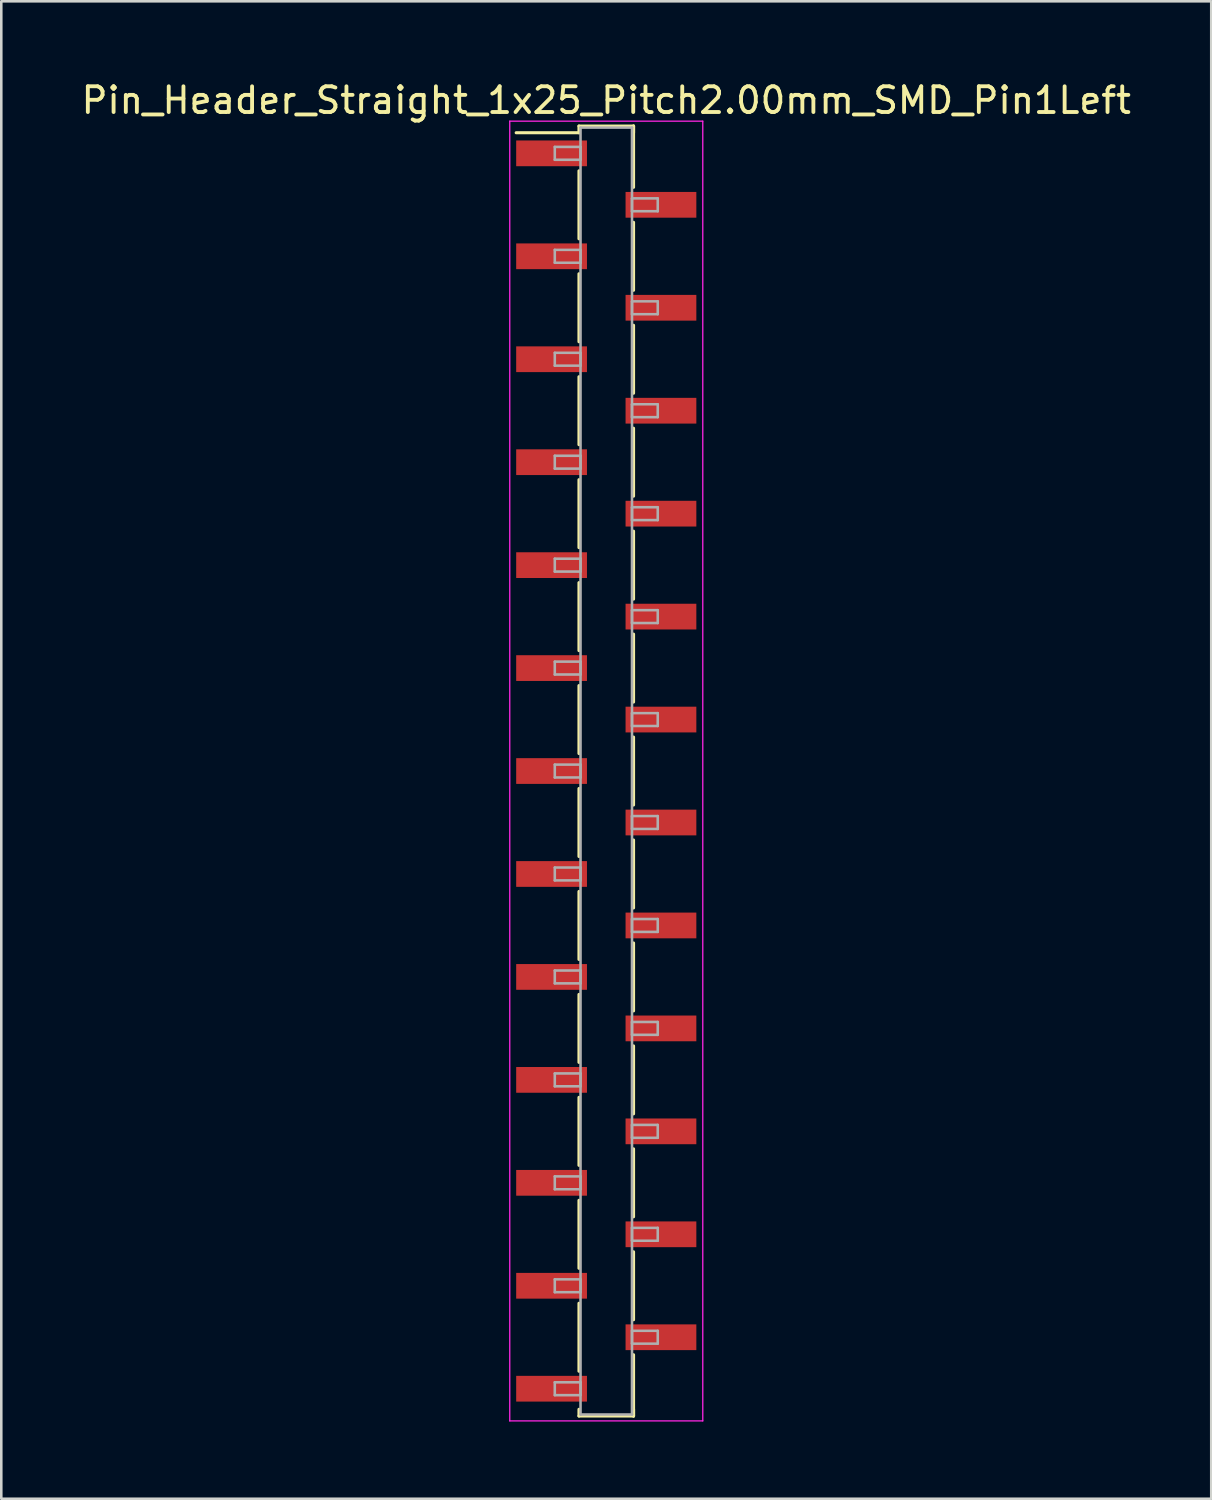
<source format=kicad_pcb>
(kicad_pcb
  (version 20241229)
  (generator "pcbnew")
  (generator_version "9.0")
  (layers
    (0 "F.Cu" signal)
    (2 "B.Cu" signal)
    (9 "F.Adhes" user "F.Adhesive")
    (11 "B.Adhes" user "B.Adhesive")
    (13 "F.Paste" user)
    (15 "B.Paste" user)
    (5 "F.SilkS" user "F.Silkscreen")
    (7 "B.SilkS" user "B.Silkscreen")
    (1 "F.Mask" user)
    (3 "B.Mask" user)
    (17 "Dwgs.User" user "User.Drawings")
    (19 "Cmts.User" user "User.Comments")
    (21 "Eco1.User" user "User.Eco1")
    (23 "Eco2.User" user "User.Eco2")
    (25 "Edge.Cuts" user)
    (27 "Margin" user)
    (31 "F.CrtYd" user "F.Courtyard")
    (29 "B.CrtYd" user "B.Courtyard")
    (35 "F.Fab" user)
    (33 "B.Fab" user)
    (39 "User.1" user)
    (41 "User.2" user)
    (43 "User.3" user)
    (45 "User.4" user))
  (footprint "Pin_Header_Straight_1x25_Pitch2.00mm_SMD_Pin1Left"
    (layer "F.Cu")
    (at 20.506 26.908)
    (property "Reference" "Pin_Header_Straight_1x25_Pitch2.00mm_SMD_Pin1Left" (at 0 -26.06 0) (layer "F.SilkS") (effects (font (size 1 1) (thickness 0.15))))
    (attr smd)
    (fp_line (start -1.06 -25.06) (end 1.06 -25.06) (stroke (width 0.12) (type solid)) (layer "F.SilkS"))
    (fp_line (start -1.06 -24.8) (end -3.5 -24.8) (stroke (width 0.12) (type solid)) (layer "F.SilkS"))
    (fp_line (start -1.06 -24.8) (end -1.06 -25.06) (stroke (width 0.12) (type solid)) (layer "F.SilkS"))
    (fp_line (start -1.06 -23.32) (end -1.06 -20.68) (stroke (width 0.12) (type solid)) (layer "F.SilkS"))
    (fp_line (start -1.06 -19.32) (end -1.06 -16.68) (stroke (width 0.12) (type solid)) (layer "F.SilkS"))
    (fp_line (start -1.06 -15.32) (end -1.06 -12.68) (stroke (width 0.12) (type solid)) (layer "F.SilkS"))
    (fp_line (start -1.06 -11.32) (end -1.06 -8.68) (stroke (width 0.12) (type solid)) (layer "F.SilkS"))
    (fp_line (start -1.06 -7.32) (end -1.06 -4.68) (stroke (width 0.12) (type solid)) (layer "F.SilkS"))
    (fp_line (start -1.06 -3.32) (end -1.06 -0.68) (stroke (width 0.12) (type solid)) (layer "F.SilkS"))
    (fp_line (start -1.06 0.68) (end -1.06 3.32) (stroke (width 0.12) (type solid)) (layer "F.SilkS"))
    (fp_line (start -1.06 4.68) (end -1.06 7.32) (stroke (width 0.12) (type solid)) (layer "F.SilkS"))
    (fp_line (start -1.06 8.68) (end -1.06 11.32) (stroke (width 0.12) (type solid)) (layer "F.SilkS"))
    (fp_line (start -1.06 12.68) (end -1.06 15.32) (stroke (width 0.12) (type solid)) (layer "F.SilkS"))
    (fp_line (start -1.06 16.68) (end -1.06 19.32) (stroke (width 0.12) (type solid)) (layer "F.SilkS"))
    (fp_line (start -1.06 20.68) (end -1.06 23.32) (stroke (width 0.12) (type solid)) (layer "F.SilkS"))
    (fp_line (start -1.06 24.8) (end -1.06 25.06) (stroke (width 0.12) (type solid)) (layer "F.SilkS"))
    (fp_line (start -1.06 25.06) (end 1.06 25.06) (stroke (width 0.12) (type solid)) (layer "F.SilkS"))
    (fp_line (start 1.06 -25.06) (end 1.06 -24.8) (stroke (width 0.12) (type solid)) (layer "F.SilkS"))
    (fp_line (start 1.06 -25.06) (end 1.06 -22.68) (stroke (width 0.12) (type solid)) (layer "F.SilkS"))
    (fp_line (start 1.06 -21.32) (end 1.06 -18.68) (stroke (width 0.12) (type solid)) (layer "F.SilkS"))
    (fp_line (start 1.06 -17.32) (end 1.06 -14.68) (stroke (width 0.12) (type solid)) (layer "F.SilkS"))
    (fp_line (start 1.06 -13.32) (end 1.06 -10.68) (stroke (width 0.12) (type solid)) (layer "F.SilkS"))
    (fp_line (start 1.06 -9.32) (end 1.06 -6.68) (stroke (width 0.12) (type solid)) (layer "F.SilkS"))
    (fp_line (start 1.06 -5.32) (end 1.06 -2.68) (stroke (width 0.12) (type solid)) (layer "F.SilkS"))
    (fp_line (start 1.06 -1.32) (end 1.06 1.32) (stroke (width 0.12) (type solid)) (layer "F.SilkS"))
    (fp_line (start 1.06 2.68) (end 1.06 5.32) (stroke (width 0.12) (type solid)) (layer "F.SilkS"))
    (fp_line (start 1.06 6.68) (end 1.06 9.32) (stroke (width 0.12) (type solid)) (layer "F.SilkS"))
    (fp_line (start 1.06 10.68) (end 1.06 13.32) (stroke (width 0.12) (type solid)) (layer "F.SilkS"))
    (fp_line (start 1.06 14.68) (end 1.06 17.32) (stroke (width 0.12) (type solid)) (layer "F.SilkS"))
    (fp_line (start 1.06 18.68) (end 1.06 21.32) (stroke (width 0.12) (type solid)) (layer "F.SilkS"))
    (fp_line (start 1.06 22.68) (end 1.06 25.06) (stroke (width 0.12) (type solid)) (layer "F.SilkS"))
    (fp_line (start 1.06 25.06) (end 1.06 24.8) (stroke (width 0.12) (type solid)) (layer "F.SilkS"))
    (fp_line (start -3.75 -25.25) (end -3.75 25.25) (stroke (width 0.05) (type solid)) (layer "F.CrtYd"))
    (fp_line (start -3.75 25.25) (end 3.75 25.25) (stroke (width 0.05) (type solid)) (layer "F.CrtYd"))
    (fp_line (start 3.75 -25.25) (end -3.75 -25.25) (stroke (width 0.05) (type solid)) (layer "F.CrtYd"))
    (fp_line (start 3.75 25.25) (end 3.75 -25.25) (stroke (width 0.05) (type solid)) (layer "F.CrtYd"))
    (fp_line (start -2 -24.25) (end -1 -24.25) (stroke (width 0.1) (type solid)) (layer "F.Fab"))
    (fp_line (start -2 -23.75) (end -2 -24.25) (stroke (width 0.1) (type solid)) (layer "F.Fab"))
    (fp_line (start -2 -20.25) (end -1 -20.25) (stroke (width 0.1) (type solid)) (layer "F.Fab"))
    (fp_line (start -2 -19.75) (end -2 -20.25) (stroke (width 0.1) (type solid)) (layer "F.Fab"))
    (fp_line (start -2 -16.25) (end -1 -16.25) (stroke (width 0.1) (type solid)) (layer "F.Fab"))
    (fp_line (start -2 -15.75) (end -2 -16.25) (stroke (width 0.1) (type solid)) (layer "F.Fab"))
    (fp_line (start -2 -12.25) (end -1 -12.25) (stroke (width 0.1) (type solid)) (layer "F.Fab"))
    (fp_line (start -2 -11.75) (end -2 -12.25) (stroke (width 0.1) (type solid)) (layer "F.Fab"))
    (fp_line (start -2 -8.25) (end -1 -8.25) (stroke (width 0.1) (type solid)) (layer "F.Fab"))
    (fp_line (start -2 -7.75) (end -2 -8.25) (stroke (width 0.1) (type solid)) (layer "F.Fab"))
    (fp_line (start -2 -4.25) (end -1 -4.25) (stroke (width 0.1) (type solid)) (layer "F.Fab"))
    (fp_line (start -2 -3.75) (end -2 -4.25) (stroke (width 0.1) (type solid)) (layer "F.Fab"))
    (fp_line (start -2 -0.25) (end -1 -0.25) (stroke (width 0.1) (type solid)) (layer "F.Fab"))
    (fp_line (start -2 0.25) (end -2 -0.25) (stroke (width 0.1) (type solid)) (layer "F.Fab"))
    (fp_line (start -2 3.75) (end -1 3.75) (stroke (width 0.1) (type solid)) (layer "F.Fab"))
    (fp_line (start -2 4.25) (end -2 3.75) (stroke (width 0.1) (type solid)) (layer "F.Fab"))
    (fp_line (start -2 7.75) (end -1 7.75) (stroke (width 0.1) (type solid)) (layer "F.Fab"))
    (fp_line (start -2 8.25) (end -2 7.75) (stroke (width 0.1) (type solid)) (layer "F.Fab"))
    (fp_line (start -2 11.75) (end -1 11.75) (stroke (width 0.1) (type solid)) (layer "F.Fab"))
    (fp_line (start -2 12.25) (end -2 11.75) (stroke (width 0.1) (type solid)) (layer "F.Fab"))
    (fp_line (start -2 15.75) (end -1 15.75) (stroke (width 0.1) (type solid)) (layer "F.Fab"))
    (fp_line (start -2 16.25) (end -2 15.75) (stroke (width 0.1) (type solid)) (layer "F.Fab"))
    (fp_line (start -2 19.75) (end -1 19.75) (stroke (width 0.1) (type solid)) (layer "F.Fab"))
    (fp_line (start -2 20.25) (end -2 19.75) (stroke (width 0.1) (type solid)) (layer "F.Fab"))
    (fp_line (start -2 23.75) (end -1 23.75) (stroke (width 0.1) (type solid)) (layer "F.Fab"))
    (fp_line (start -2 24.25) (end -2 23.75) (stroke (width 0.1) (type solid)) (layer "F.Fab"))
    (fp_line (start -1 -25) (end -1 25) (stroke (width 0.1) (type solid)) (layer "F.Fab"))
    (fp_line (start -1 -24.25) (end -1 -23.75) (stroke (width 0.1) (type solid)) (layer "F.Fab"))
    (fp_line (start -1 -23.75) (end -2 -23.75) (stroke (width 0.1) (type solid)) (layer "F.Fab"))
    (fp_line (start -1 -20.25) (end -1 -19.75) (stroke (width 0.1) (type solid)) (layer "F.Fab"))
    (fp_line (start -1 -19.75) (end -2 -19.75) (stroke (width 0.1) (type solid)) (layer "F.Fab"))
    (fp_line (start -1 -16.25) (end -1 -15.75) (stroke (width 0.1) (type solid)) (layer "F.Fab"))
    (fp_line (start -1 -15.75) (end -2 -15.75) (stroke (width 0.1) (type solid)) (layer "F.Fab"))
    (fp_line (start -1 -12.25) (end -1 -11.75) (stroke (width 0.1) (type solid)) (layer "F.Fab"))
    (fp_line (start -1 -11.75) (end -2 -11.75) (stroke (width 0.1) (type solid)) (layer "F.Fab"))
    (fp_line (start -1 -8.25) (end -1 -7.75) (stroke (width 0.1) (type solid)) (layer "F.Fab"))
    (fp_line (start -1 -7.75) (end -2 -7.75) (stroke (width 0.1) (type solid)) (layer "F.Fab"))
    (fp_line (start -1 -4.25) (end -1 -3.75) (stroke (width 0.1) (type solid)) (layer "F.Fab"))
    (fp_line (start -1 -3.75) (end -2 -3.75) (stroke (width 0.1) (type solid)) (layer "F.Fab"))
    (fp_line (start -1 -0.25) (end -1 0.25) (stroke (width 0.1) (type solid)) (layer "F.Fab"))
    (fp_line (start -1 0.25) (end -2 0.25) (stroke (width 0.1) (type solid)) (layer "F.Fab"))
    (fp_line (start -1 3.75) (end -1 4.25) (stroke (width 0.1) (type solid)) (layer "F.Fab"))
    (fp_line (start -1 4.25) (end -2 4.25) (stroke (width 0.1) (type solid)) (layer "F.Fab"))
    (fp_line (start -1 7.75) (end -1 8.25) (stroke (width 0.1) (type solid)) (layer "F.Fab"))
    (fp_line (start -1 8.25) (end -2 8.25) (stroke (width 0.1) (type solid)) (layer "F.Fab"))
    (fp_line (start -1 11.75) (end -1 12.25) (stroke (width 0.1) (type solid)) (layer "F.Fab"))
    (fp_line (start -1 12.25) (end -2 12.25) (stroke (width 0.1) (type solid)) (layer "F.Fab"))
    (fp_line (start -1 15.75) (end -1 16.25) (stroke (width 0.1) (type solid)) (layer "F.Fab"))
    (fp_line (start -1 16.25) (end -2 16.25) (stroke (width 0.1) (type solid)) (layer "F.Fab"))
    (fp_line (start -1 19.75) (end -1 20.25) (stroke (width 0.1) (type solid)) (layer "F.Fab"))
    (fp_line (start -1 20.25) (end -2 20.25) (stroke (width 0.1) (type solid)) (layer "F.Fab"))
    (fp_line (start -1 23.75) (end -1 24.25) (stroke (width 0.1) (type solid)) (layer "F.Fab"))
    (fp_line (start -1 24.25) (end -2 24.25) (stroke (width 0.1) (type solid)) (layer "F.Fab"))
    (fp_line (start -1 25) (end 1 25) (stroke (width 0.1) (type solid)) (layer "F.Fab"))
    (fp_line (start 1 -25) (end -1 -25) (stroke (width 0.1) (type solid)) (layer "F.Fab"))
    (fp_line (start 1 -22.25) (end 1 -21.75) (stroke (width 0.1) (type solid)) (layer "F.Fab"))
    (fp_line (start 1 -21.75) (end 2 -21.75) (stroke (width 0.1) (type solid)) (layer "F.Fab"))
    (fp_line (start 1 -18.25) (end 1 -17.75) (stroke (width 0.1) (type solid)) (layer "F.Fab"))
    (fp_line (start 1 -17.75) (end 2 -17.75) (stroke (width 0.1) (type solid)) (layer "F.Fab"))
    (fp_line (start 1 -14.25) (end 1 -13.75) (stroke (width 0.1) (type solid)) (layer "F.Fab"))
    (fp_line (start 1 -13.75) (end 2 -13.75) (stroke (width 0.1) (type solid)) (layer "F.Fab"))
    (fp_line (start 1 -10.25) (end 1 -9.75) (stroke (width 0.1) (type solid)) (layer "F.Fab"))
    (fp_line (start 1 -9.75) (end 2 -9.75) (stroke (width 0.1) (type solid)) (layer "F.Fab"))
    (fp_line (start 1 -6.25) (end 1 -5.75) (stroke (width 0.1) (type solid)) (layer "F.Fab"))
    (fp_line (start 1 -5.75) (end 2 -5.75) (stroke (width 0.1) (type solid)) (layer "F.Fab"))
    (fp_line (start 1 -2.25) (end 1 -1.75) (stroke (width 0.1) (type solid)) (layer "F.Fab"))
    (fp_line (start 1 -1.75) (end 2 -1.75) (stroke (width 0.1) (type solid)) (layer "F.Fab"))
    (fp_line (start 1 1.75) (end 1 2.25) (stroke (width 0.1) (type solid)) (layer "F.Fab"))
    (fp_line (start 1 2.25) (end 2 2.25) (stroke (width 0.1) (type solid)) (layer "F.Fab"))
    (fp_line (start 1 5.75) (end 1 6.25) (stroke (width 0.1) (type solid)) (layer "F.Fab"))
    (fp_line (start 1 6.25) (end 2 6.25) (stroke (width 0.1) (type solid)) (layer "F.Fab"))
    (fp_line (start 1 9.75) (end 1 10.25) (stroke (width 0.1) (type solid)) (layer "F.Fab"))
    (fp_line (start 1 10.25) (end 2 10.25) (stroke (width 0.1) (type solid)) (layer "F.Fab"))
    (fp_line (start 1 13.75) (end 1 14.25) (stroke (width 0.1) (type solid)) (layer "F.Fab"))
    (fp_line (start 1 14.25) (end 2 14.25) (stroke (width 0.1) (type solid)) (layer "F.Fab"))
    (fp_line (start 1 17.75) (end 1 18.25) (stroke (width 0.1) (type solid)) (layer "F.Fab"))
    (fp_line (start 1 18.25) (end 2 18.25) (stroke (width 0.1) (type solid)) (layer "F.Fab"))
    (fp_line (start 1 21.75) (end 1 22.25) (stroke (width 0.1) (type solid)) (layer "F.Fab"))
    (fp_line (start 1 22.25) (end 2 22.25) (stroke (width 0.1) (type solid)) (layer "F.Fab"))
    (fp_line (start 1 25) (end 1 -25) (stroke (width 0.1) (type solid)) (layer "F.Fab"))
    (fp_line (start 2 -22.25) (end 1 -22.25) (stroke (width 0.1) (type solid)) (layer "F.Fab"))
    (fp_line (start 2 -21.75) (end 2 -22.25) (stroke (width 0.1) (type solid)) (layer "F.Fab"))
    (fp_line (start 2 -18.25) (end 1 -18.25) (stroke (width 0.1) (type solid)) (layer "F.Fab"))
    (fp_line (start 2 -17.75) (end 2 -18.25) (stroke (width 0.1) (type solid)) (layer "F.Fab"))
    (fp_line (start 2 -14.25) (end 1 -14.25) (stroke (width 0.1) (type solid)) (layer "F.Fab"))
    (fp_line (start 2 -13.75) (end 2 -14.25) (stroke (width 0.1) (type solid)) (layer "F.Fab"))
    (fp_line (start 2 -10.25) (end 1 -10.25) (stroke (width 0.1) (type solid)) (layer "F.Fab"))
    (fp_line (start 2 -9.75) (end 2 -10.25) (stroke (width 0.1) (type solid)) (layer "F.Fab"))
    (fp_line (start 2 -6.25) (end 1 -6.25) (stroke (width 0.1) (type solid)) (layer "F.Fab"))
    (fp_line (start 2 -5.75) (end 2 -6.25) (stroke (width 0.1) (type solid)) (layer "F.Fab"))
    (fp_line (start 2 -2.25) (end 1 -2.25) (stroke (width 0.1) (type solid)) (layer "F.Fab"))
    (fp_line (start 2 -1.75) (end 2 -2.25) (stroke (width 0.1) (type solid)) (layer "F.Fab"))
    (fp_line (start 2 1.75) (end 1 1.75) (stroke (width 0.1) (type solid)) (layer "F.Fab"))
    (fp_line (start 2 2.25) (end 2 1.75) (stroke (width 0.1) (type solid)) (layer "F.Fab"))
    (fp_line (start 2 5.75) (end 1 5.75) (stroke (width 0.1) (type solid)) (layer "F.Fab"))
    (fp_line (start 2 6.25) (end 2 5.75) (stroke (width 0.1) (type solid)) (layer "F.Fab"))
    (fp_line (start 2 9.75) (end 1 9.75) (stroke (width 0.1) (type solid)) (layer "F.Fab"))
    (fp_line (start 2 10.25) (end 2 9.75) (stroke (width 0.1) (type solid)) (layer "F.Fab"))
    (fp_line (start 2 13.75) (end 1 13.75) (stroke (width 0.1) (type solid)) (layer "F.Fab"))
    (fp_line (start 2 14.25) (end 2 13.75) (stroke (width 0.1) (type solid)) (layer "F.Fab"))
    (fp_line (start 2 17.75) (end 1 17.75) (stroke (width 0.1) (type solid)) (layer "F.Fab"))
    (fp_line (start 2 18.25) (end 2 17.75) (stroke (width 0.1) (type solid)) (layer "F.Fab"))
    (fp_line (start 2 21.75) (end 1 21.75) (stroke (width 0.1) (type solid)) (layer "F.Fab"))
    (fp_line (start 2 22.25) (end 2 21.75) (stroke (width 0.1) (type solid)) (layer "F.Fab"))
    (pad "1" smd rect (at -2.125 -24) (size 2.75 1) (layers "F.Cu" "F.Mask"))
    (pad "2" smd rect (at 2.125 -22) (size 2.75 1) (layers "F.Cu" "F.Mask"))
    (pad "3" smd rect (at -2.125 -20) (size 2.75 1) (layers "F.Cu" "F.Mask"))
    (pad "4" smd rect (at 2.125 -18) (size 2.75 1) (layers "F.Cu" "F.Mask"))
    (pad "5" smd rect (at -2.125 -16) (size 2.75 1) (layers "F.Cu" "F.Mask"))
    (pad "6" smd rect (at 2.125 -14) (size 2.75 1) (layers "F.Cu" "F.Mask"))
    (pad "7" smd rect (at -2.125 -12) (size 2.75 1) (layers "F.Cu" "F.Mask"))
    (pad "8" smd rect (at 2.125 -10) (size 2.75 1) (layers "F.Cu" "F.Mask"))
    (pad "9" smd rect (at -2.125 -8) (size 2.75 1) (layers "F.Cu" "F.Mask"))
    (pad "10" smd rect (at 2.125 -6) (size 2.75 1) (layers "F.Cu" "F.Mask"))
    (pad "11" smd rect (at -2.125 -4) (size 2.75 1) (layers "F.Cu" "F.Mask"))
    (pad "12" smd rect (at 2.125 -2) (size 2.75 1) (layers "F.Cu" "F.Mask"))
    (pad "13" smd rect (at -2.125 0) (size 2.75 1) (layers "F.Cu" "F.Mask"))
    (pad "14" smd rect (at 2.125 2) (size 2.75 1) (layers "F.Cu" "F.Mask"))
    (pad "15" smd rect (at -2.125 4) (size 2.75 1) (layers "F.Cu" "F.Mask"))
    (pad "16" smd rect (at 2.125 6) (size 2.75 1) (layers "F.Cu" "F.Mask"))
    (pad "17" smd rect (at -2.125 8) (size 2.75 1) (layers "F.Cu" "F.Mask"))
    (pad "18" smd rect (at 2.125 10) (size 2.75 1) (layers "F.Cu" "F.Mask"))
    (pad "19" smd rect (at -2.125 12) (size 2.75 1) (layers "F.Cu" "F.Mask"))
    (pad "20" smd rect (at 2.125 14) (size 2.75 1) (layers "F.Cu" "F.Mask"))
    (pad "21" smd rect (at -2.125 16) (size 2.75 1) (layers "F.Cu" "F.Mask"))
    (pad "22" smd rect (at 2.125 18) (size 2.75 1) (layers "F.Cu" "F.Mask"))
    (pad "23" smd rect (at -2.125 20) (size 2.75 1) (layers "F.Cu" "F.Mask"))
    (pad "24" smd rect (at 2.125 22) (size 2.75 1) (layers "F.Cu" "F.Mask"))
    (pad "25" smd rect (at -2.125 24) (size 2.75 1) (layers "F.Cu" "F.Mask")))
  (gr_rect
    (start -3 -3)
    (end 44.012 55.183)
    (stroke (width 0.1) (type default))
    (fill no)
    (layer "Edge.Cuts")))
</source>
